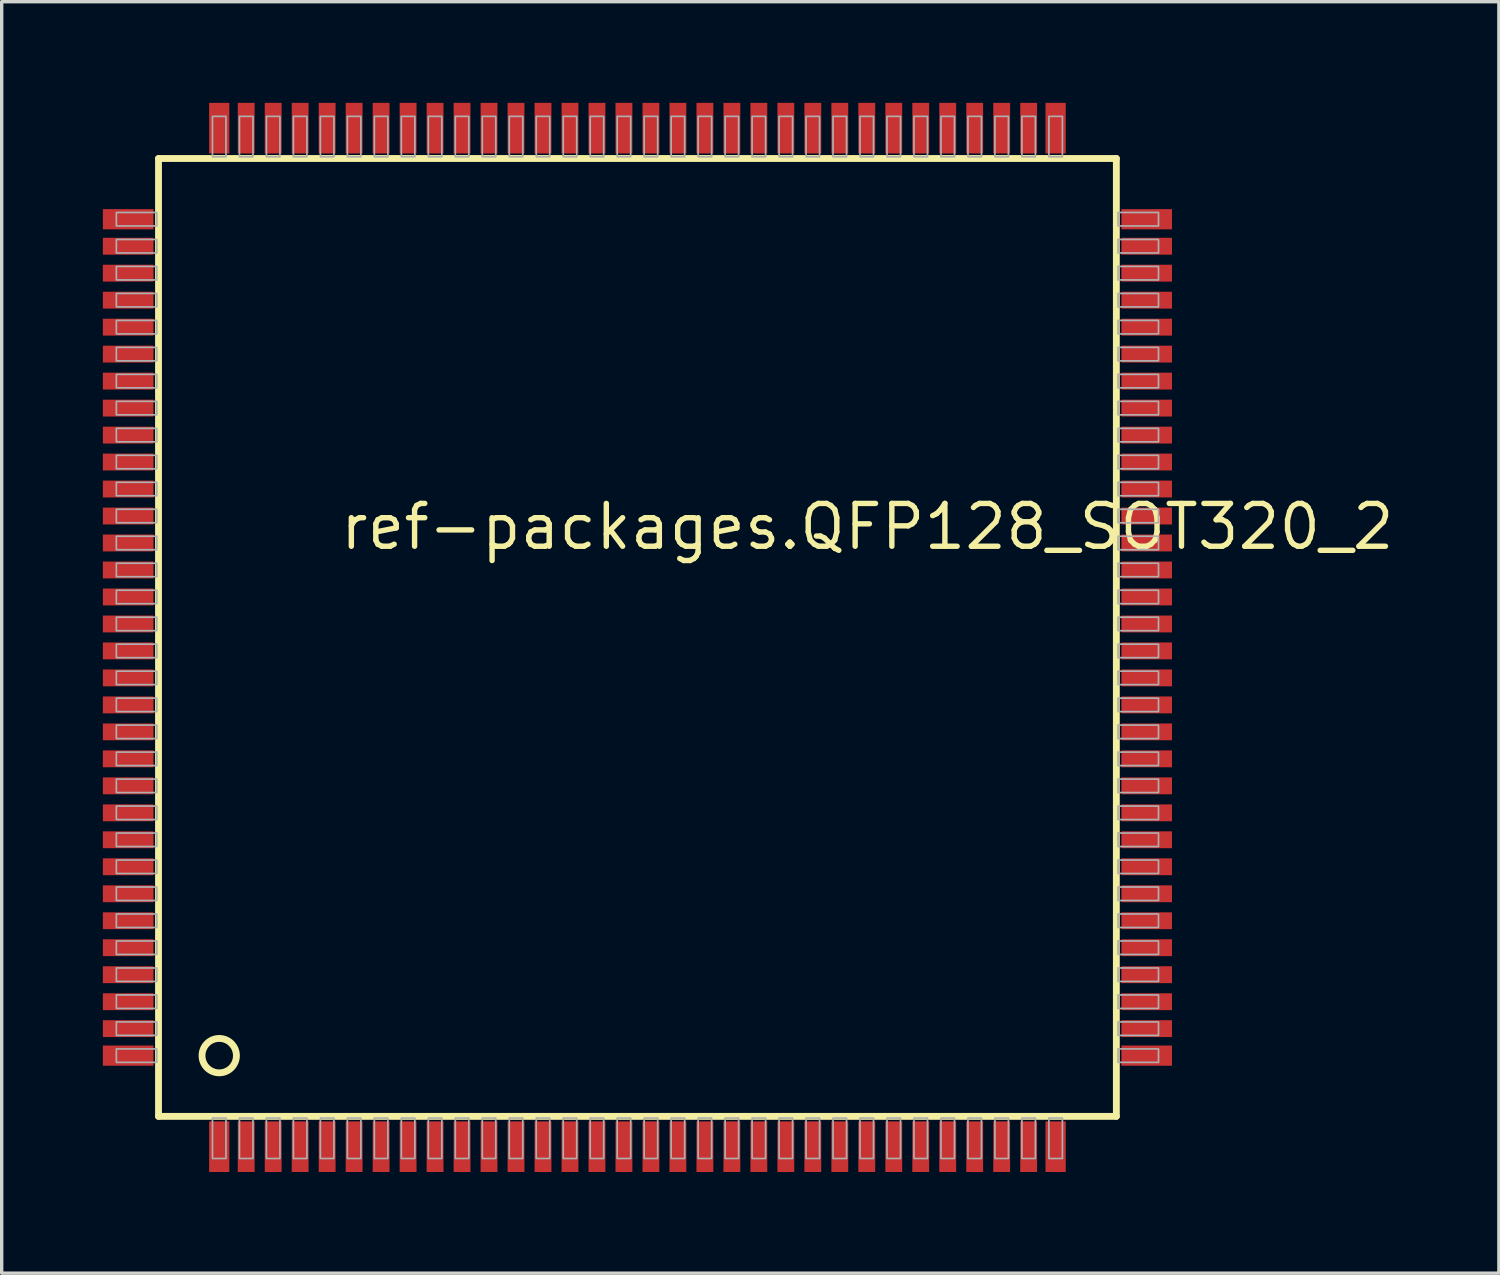
<source format=kicad_pcb>
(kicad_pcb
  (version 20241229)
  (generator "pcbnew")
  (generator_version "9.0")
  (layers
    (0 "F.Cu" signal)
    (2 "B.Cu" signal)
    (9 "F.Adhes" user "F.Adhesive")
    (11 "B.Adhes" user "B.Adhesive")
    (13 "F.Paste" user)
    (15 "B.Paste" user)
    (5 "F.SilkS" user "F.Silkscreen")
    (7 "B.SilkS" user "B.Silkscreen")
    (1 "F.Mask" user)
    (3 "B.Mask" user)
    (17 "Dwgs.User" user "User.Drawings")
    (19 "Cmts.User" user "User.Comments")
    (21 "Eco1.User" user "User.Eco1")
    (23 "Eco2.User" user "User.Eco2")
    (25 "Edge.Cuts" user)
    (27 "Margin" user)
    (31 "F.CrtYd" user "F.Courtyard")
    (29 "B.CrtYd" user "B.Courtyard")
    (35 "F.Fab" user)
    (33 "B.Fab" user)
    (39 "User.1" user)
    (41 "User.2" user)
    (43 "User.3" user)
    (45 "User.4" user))
  (footprint "ref-packages.QFP128_SOT320_2"
    (layer "F.Cu")
    (at 15.85 15.85)
    (property "Reference" "ref-packages.QFP128_SOT320_2" (at -8.89 -2.54 0) (layer "F.SilkS") (effects (font (size 1.27 1.27) (thickness 0.16)) (justify left bottom)))
    (attr smd)
    (fp_line (start -14.2 -14.2) (end 14.2 -14.2) (stroke (width 0.203) (type default)) (layer "F.SilkS"))
    (fp_line (start -14.2 14.2) (end -14.2 -14.2) (stroke (width 0.203) (type default)) (layer "F.SilkS"))
    (fp_line (start 14.2 -14.2) (end 14.2 14.2) (stroke (width 0.203) (type default)) (layer "F.SilkS"))
    (fp_line (start 14.2 14.2) (end -14.2 14.2) (stroke (width 0.203) (type default)) (layer "F.SilkS"))
    (fp_circle (center -12.4 12.4) (end -11.89 12.4) (stroke (width 0.203) (type default)) (fill no) (layer "F.SilkS"))
    (fp_rect (start -15.45 -12.2) (end -14.25 -12.6) (stroke (width 0.05) (type default)) (fill no) (layer "F.Fab"))
    (fp_rect (start -15.45 -11.4) (end -14.25 -11.8) (stroke (width 0.05) (type default)) (fill no) (layer "F.Fab"))
    (fp_rect (start -15.45 -10.6) (end -14.25 -11) (stroke (width 0.05) (type default)) (fill no) (layer "F.Fab"))
    (fp_rect (start -15.45 -9.8) (end -14.25 -10.2) (stroke (width 0.05) (type default)) (fill no) (layer "F.Fab"))
    (fp_rect (start -15.45 -9) (end -14.25 -9.4) (stroke (width 0.05) (type default)) (fill no) (layer "F.Fab"))
    (fp_rect (start -15.45 -8.2) (end -14.25 -8.6) (stroke (width 0.05) (type default)) (fill no) (layer "F.Fab"))
    (fp_rect (start -15.45 -7.4) (end -14.25 -7.8) (stroke (width 0.05) (type default)) (fill no) (layer "F.Fab"))
    (fp_rect (start -15.45 -6.6) (end -14.25 -7) (stroke (width 0.05) (type default)) (fill no) (layer "F.Fab"))
    (fp_rect (start -15.45 -5.8) (end -14.25 -6.2) (stroke (width 0.05) (type default)) (fill no) (layer "F.Fab"))
    (fp_rect (start -15.45 -5) (end -14.25 -5.4) (stroke (width 0.05) (type default)) (fill no) (layer "F.Fab"))
    (fp_rect (start -15.45 -4.2) (end -14.25 -4.6) (stroke (width 0.05) (type default)) (fill no) (layer "F.Fab"))
    (fp_rect (start -15.45 -3.4) (end -14.25 -3.8) (stroke (width 0.05) (type default)) (fill no) (layer "F.Fab"))
    (fp_rect (start -15.45 -2.6) (end -14.25 -3) (stroke (width 0.05) (type default)) (fill no) (layer "F.Fab"))
    (fp_rect (start -15.45 -1.8) (end -14.25 -2.2) (stroke (width 0.05) (type default)) (fill no) (layer "F.Fab"))
    (fp_rect (start -15.45 -1) (end -14.25 -1.4) (stroke (width 0.05) (type default)) (fill no) (layer "F.Fab"))
    (fp_rect (start -15.45 -0.2) (end -14.25 -0.6) (stroke (width 0.05) (type default)) (fill no) (layer "F.Fab"))
    (fp_rect (start -15.45 0.6) (end -14.25 0.2) (stroke (width 0.05) (type default)) (fill no) (layer "F.Fab"))
    (fp_rect (start -15.45 1.4) (end -14.25 1) (stroke (width 0.05) (type default)) (fill no) (layer "F.Fab"))
    (fp_rect (start -15.45 2.2) (end -14.25 1.8) (stroke (width 0.05) (type default)) (fill no) (layer "F.Fab"))
    (fp_rect (start -15.45 3) (end -14.25 2.6) (stroke (width 0.05) (type default)) (fill no) (layer "F.Fab"))
    (fp_rect (start -15.45 3.8) (end -14.25 3.4) (stroke (width 0.05) (type default)) (fill no) (layer "F.Fab"))
    (fp_rect (start -15.45 4.6) (end -14.25 4.2) (stroke (width 0.05) (type default)) (fill no) (layer "F.Fab"))
    (fp_rect (start -15.45 5.4) (end -14.25 5) (stroke (width 0.05) (type default)) (fill no) (layer "F.Fab"))
    (fp_rect (start -15.45 6.2) (end -14.25 5.8) (stroke (width 0.05) (type default)) (fill no) (layer "F.Fab"))
    (fp_rect (start -15.45 7) (end -14.25 6.6) (stroke (width 0.05) (type default)) (fill no) (layer "F.Fab"))
    (fp_rect (start -15.45 7.8) (end -14.25 7.4) (stroke (width 0.05) (type default)) (fill no) (layer "F.Fab"))
    (fp_rect (start -15.45 8.6) (end -14.25 8.2) (stroke (width 0.05) (type default)) (fill no) (layer "F.Fab"))
    (fp_rect (start -15.45 9.4) (end -14.25 9) (stroke (width 0.05) (type default)) (fill no) (layer "F.Fab"))
    (fp_rect (start -15.45 10.2) (end -14.25 9.8) (stroke (width 0.05) (type default)) (fill no) (layer "F.Fab"))
    (fp_rect (start -15.45 11) (end -14.25 10.6) (stroke (width 0.05) (type default)) (fill no) (layer "F.Fab"))
    (fp_rect (start -15.45 11.8) (end -14.25 11.4) (stroke (width 0.05) (type default)) (fill no) (layer "F.Fab"))
    (fp_rect (start -15.45 12.6) (end -14.25 12.2) (stroke (width 0.05) (type default)) (fill no) (layer "F.Fab"))
    (fp_rect (start -12.6 -14.25) (end -12.2 -15.45) (stroke (width 0.05) (type default)) (fill no) (layer "F.Fab"))
    (fp_rect (start -12.6 15.45) (end -12.2 14.25) (stroke (width 0.05) (type default)) (fill no) (layer "F.Fab"))
    (fp_rect (start -11.8 -14.25) (end -11.4 -15.45) (stroke (width 0.05) (type default)) (fill no) (layer "F.Fab"))
    (fp_rect (start -11.8 15.45) (end -11.4 14.25) (stroke (width 0.05) (type default)) (fill no) (layer "F.Fab"))
    (fp_rect (start -11 -14.25) (end -10.6 -15.45) (stroke (width 0.05) (type default)) (fill no) (layer "F.Fab"))
    (fp_rect (start -11 15.45) (end -10.6 14.25) (stroke (width 0.05) (type default)) (fill no) (layer "F.Fab"))
    (fp_rect (start -10.2 -14.25) (end -9.8 -15.45) (stroke (width 0.05) (type default)) (fill no) (layer "F.Fab"))
    (fp_rect (start -10.2 15.45) (end -9.8 14.25) (stroke (width 0.05) (type default)) (fill no) (layer "F.Fab"))
    (fp_rect (start -9.4 -14.25) (end -9 -15.45) (stroke (width 0.05) (type default)) (fill no) (layer "F.Fab"))
    (fp_rect (start -9.4 15.45) (end -9 14.25) (stroke (width 0.05) (type default)) (fill no) (layer "F.Fab"))
    (fp_rect (start -8.6 -14.25) (end -8.2 -15.45) (stroke (width 0.05) (type default)) (fill no) (layer "F.Fab"))
    (fp_rect (start -8.6 15.45) (end -8.2 14.25) (stroke (width 0.05) (type default)) (fill no) (layer "F.Fab"))
    (fp_rect (start -7.8 -14.25) (end -7.4 -15.45) (stroke (width 0.05) (type default)) (fill no) (layer "F.Fab"))
    (fp_rect (start -7.8 15.45) (end -7.4 14.25) (stroke (width 0.05) (type default)) (fill no) (layer "F.Fab"))
    (fp_rect (start -7 -14.25) (end -6.6 -15.45) (stroke (width 0.05) (type default)) (fill no) (layer "F.Fab"))
    (fp_rect (start -7 15.45) (end -6.6 14.25) (stroke (width 0.05) (type default)) (fill no) (layer "F.Fab"))
    (fp_rect (start -6.2 -14.25) (end -5.8 -15.45) (stroke (width 0.05) (type default)) (fill no) (layer "F.Fab"))
    (fp_rect (start -6.2 15.45) (end -5.8 14.25) (stroke (width 0.05) (type default)) (fill no) (layer "F.Fab"))
    (fp_rect (start -5.4 -14.25) (end -5 -15.45) (stroke (width 0.05) (type default)) (fill no) (layer "F.Fab"))
    (fp_rect (start -5.4 15.45) (end -5 14.25) (stroke (width 0.05) (type default)) (fill no) (layer "F.Fab"))
    (fp_rect (start -4.6 -14.25) (end -4.2 -15.45) (stroke (width 0.05) (type default)) (fill no) (layer "F.Fab"))
    (fp_rect (start -4.6 15.45) (end -4.2 14.25) (stroke (width 0.05) (type default)) (fill no) (layer "F.Fab"))
    (fp_rect (start -3.8 -14.25) (end -3.4 -15.45) (stroke (width 0.05) (type default)) (fill no) (layer "F.Fab"))
    (fp_rect (start -3.8 15.45) (end -3.4 14.25) (stroke (width 0.05) (type default)) (fill no) (layer "F.Fab"))
    (fp_rect (start -3 -14.25) (end -2.6 -15.45) (stroke (width 0.05) (type default)) (fill no) (layer "F.Fab"))
    (fp_rect (start -3 15.45) (end -2.6 14.25) (stroke (width 0.05) (type default)) (fill no) (layer "F.Fab"))
    (fp_rect (start -2.2 -14.25) (end -1.8 -15.45) (stroke (width 0.05) (type default)) (fill no) (layer "F.Fab"))
    (fp_rect (start -2.2 15.45) (end -1.8 14.25) (stroke (width 0.05) (type default)) (fill no) (layer "F.Fab"))
    (fp_rect (start -1.4 -14.25) (end -1 -15.45) (stroke (width 0.05) (type default)) (fill no) (layer "F.Fab"))
    (fp_rect (start -1.4 15.45) (end -1 14.25) (stroke (width 0.05) (type default)) (fill no) (layer "F.Fab"))
    (fp_rect (start -0.6 -14.25) (end -0.2 -15.45) (stroke (width 0.05) (type default)) (fill no) (layer "F.Fab"))
    (fp_rect (start -0.6 15.45) (end -0.2 14.25) (stroke (width 0.05) (type default)) (fill no) (layer "F.Fab"))
    (fp_rect (start 0.2 -14.25) (end 0.6 -15.45) (stroke (width 0.05) (type default)) (fill no) (layer "F.Fab"))
    (fp_rect (start 0.2 15.45) (end 0.6 14.25) (stroke (width 0.05) (type default)) (fill no) (layer "F.Fab"))
    (fp_rect (start 1 -14.25) (end 1.4 -15.45) (stroke (width 0.05) (type default)) (fill no) (layer "F.Fab"))
    (fp_rect (start 1 15.45) (end 1.4 14.25) (stroke (width 0.05) (type default)) (fill no) (layer "F.Fab"))
    (fp_rect (start 1.8 -14.25) (end 2.2 -15.45) (stroke (width 0.05) (type default)) (fill no) (layer "F.Fab"))
    (fp_rect (start 1.8 15.45) (end 2.2 14.25) (stroke (width 0.05) (type default)) (fill no) (layer "F.Fab"))
    (fp_rect (start 2.6 -14.25) (end 3 -15.45) (stroke (width 0.05) (type default)) (fill no) (layer "F.Fab"))
    (fp_rect (start 2.6 15.45) (end 3 14.25) (stroke (width 0.05) (type default)) (fill no) (layer "F.Fab"))
    (fp_rect (start 3.4 -14.25) (end 3.8 -15.45) (stroke (width 0.05) (type default)) (fill no) (layer "F.Fab"))
    (fp_rect (start 3.4 15.45) (end 3.8 14.25) (stroke (width 0.05) (type default)) (fill no) (layer "F.Fab"))
    (fp_rect (start 4.2 -14.25) (end 4.6 -15.45) (stroke (width 0.05) (type default)) (fill no) (layer "F.Fab"))
    (fp_rect (start 4.2 15.45) (end 4.6 14.25) (stroke (width 0.05) (type default)) (fill no) (layer "F.Fab"))
    (fp_rect (start 5 -14.25) (end 5.4 -15.45) (stroke (width 0.05) (type default)) (fill no) (layer "F.Fab"))
    (fp_rect (start 5 15.45) (end 5.4 14.25) (stroke (width 0.05) (type default)) (fill no) (layer "F.Fab"))
    (fp_rect (start 5.8 -14.25) (end 6.2 -15.45) (stroke (width 0.05) (type default)) (fill no) (layer "F.Fab"))
    (fp_rect (start 5.8 15.45) (end 6.2 14.25) (stroke (width 0.05) (type default)) (fill no) (layer "F.Fab"))
    (fp_rect (start 6.6 -14.25) (end 7 -15.45) (stroke (width 0.05) (type default)) (fill no) (layer "F.Fab"))
    (fp_rect (start 6.6 15.45) (end 7 14.25) (stroke (width 0.05) (type default)) (fill no) (layer "F.Fab"))
    (fp_rect (start 7.4 -14.25) (end 7.8 -15.45) (stroke (width 0.05) (type default)) (fill no) (layer "F.Fab"))
    (fp_rect (start 7.4 15.45) (end 7.8 14.25) (stroke (width 0.05) (type default)) (fill no) (layer "F.Fab"))
    (fp_rect (start 8.2 -14.25) (end 8.6 -15.45) (stroke (width 0.05) (type default)) (fill no) (layer "F.Fab"))
    (fp_rect (start 8.2 15.45) (end 8.6 14.25) (stroke (width 0.05) (type default)) (fill no) (layer "F.Fab"))
    (fp_rect (start 9 -14.25) (end 9.4 -15.45) (stroke (width 0.05) (type default)) (fill no) (layer "F.Fab"))
    (fp_rect (start 9 15.45) (end 9.4 14.25) (stroke (width 0.05) (type default)) (fill no) (layer "F.Fab"))
    (fp_rect (start 9.8 -14.25) (end 10.2 -15.45) (stroke (width 0.05) (type default)) (fill no) (layer "F.Fab"))
    (fp_rect (start 9.8 15.45) (end 10.2 14.25) (stroke (width 0.05) (type default)) (fill no) (layer "F.Fab"))
    (fp_rect (start 10.6 -14.25) (end 11 -15.45) (stroke (width 0.05) (type default)) (fill no) (layer "F.Fab"))
    (fp_rect (start 10.6 15.45) (end 11 14.25) (stroke (width 0.05) (type default)) (fill no) (layer "F.Fab"))
    (fp_rect (start 11.4 -14.25) (end 11.8 -15.45) (stroke (width 0.05) (type default)) (fill no) (layer "F.Fab"))
    (fp_rect (start 11.4 15.45) (end 11.8 14.25) (stroke (width 0.05) (type default)) (fill no) (layer "F.Fab"))
    (fp_rect (start 12.2 -14.25) (end 12.6 -15.45) (stroke (width 0.05) (type default)) (fill no) (layer "F.Fab"))
    (fp_rect (start 12.2 15.45) (end 12.6 14.25) (stroke (width 0.05) (type default)) (fill no) (layer "F.Fab"))
    (fp_rect (start 14.25 -12.2) (end 15.45 -12.6) (stroke (width 0.05) (type default)) (fill no) (layer "F.Fab"))
    (fp_rect (start 14.25 -11.4) (end 15.45 -11.8) (stroke (width 0.05) (type default)) (fill no) (layer "F.Fab"))
    (fp_rect (start 14.25 -10.6) (end 15.45 -11) (stroke (width 0.05) (type default)) (fill no) (layer "F.Fab"))
    (fp_rect (start 14.25 -9.8) (end 15.45 -10.2) (stroke (width 0.05) (type default)) (fill no) (layer "F.Fab"))
    (fp_rect (start 14.25 -9) (end 15.45 -9.4) (stroke (width 0.05) (type default)) (fill no) (layer "F.Fab"))
    (fp_rect (start 14.25 -8.2) (end 15.45 -8.6) (stroke (width 0.05) (type default)) (fill no) (layer "F.Fab"))
    (fp_rect (start 14.25 -7.4) (end 15.45 -7.8) (stroke (width 0.05) (type default)) (fill no) (layer "F.Fab"))
    (fp_rect (start 14.25 -6.6) (end 15.45 -7) (stroke (width 0.05) (type default)) (fill no) (layer "F.Fab"))
    (fp_rect (start 14.25 -5.8) (end 15.45 -6.2) (stroke (width 0.05) (type default)) (fill no) (layer "F.Fab"))
    (fp_rect (start 14.25 -5) (end 15.45 -5.4) (stroke (width 0.05) (type default)) (fill no) (layer "F.Fab"))
    (fp_rect (start 14.25 -4.2) (end 15.45 -4.6) (stroke (width 0.05) (type default)) (fill no) (layer "F.Fab"))
    (fp_rect (start 14.25 -3.4) (end 15.45 -3.8) (stroke (width 0.05) (type default)) (fill no) (layer "F.Fab"))
    (fp_rect (start 14.25 -2.6) (end 15.45 -3) (stroke (width 0.05) (type default)) (fill no) (layer "F.Fab"))
    (fp_rect (start 14.25 -1.8) (end 15.45 -2.2) (stroke (width 0.05) (type default)) (fill no) (layer "F.Fab"))
    (fp_rect (start 14.25 -1) (end 15.45 -1.4) (stroke (width 0.05) (type default)) (fill no) (layer "F.Fab"))
    (fp_rect (start 14.25 -0.2) (end 15.45 -0.6) (stroke (width 0.05) (type default)) (fill no) (layer "F.Fab"))
    (fp_rect (start 14.25 0.6) (end 15.45 0.2) (stroke (width 0.05) (type default)) (fill no) (layer "F.Fab"))
    (fp_rect (start 14.25 1.4) (end 15.45 1) (stroke (width 0.05) (type default)) (fill no) (layer "F.Fab"))
    (fp_rect (start 14.25 2.2) (end 15.45 1.8) (stroke (width 0.05) (type default)) (fill no) (layer "F.Fab"))
    (fp_rect (start 14.25 3) (end 15.45 2.6) (stroke (width 0.05) (type default)) (fill no) (layer "F.Fab"))
    (fp_rect (start 14.25 3.8) (end 15.45 3.4) (stroke (width 0.05) (type default)) (fill no) (layer "F.Fab"))
    (fp_rect (start 14.25 4.6) (end 15.45 4.2) (stroke (width 0.05) (type default)) (fill no) (layer "F.Fab"))
    (fp_rect (start 14.25 5.4) (end 15.45 5) (stroke (width 0.05) (type default)) (fill no) (layer "F.Fab"))
    (fp_rect (start 14.25 6.2) (end 15.45 5.8) (stroke (width 0.05) (type default)) (fill no) (layer "F.Fab"))
    (fp_rect (start 14.25 7) (end 15.45 6.6) (stroke (width 0.05) (type default)) (fill no) (layer "F.Fab"))
    (fp_rect (start 14.25 7.8) (end 15.45 7.4) (stroke (width 0.05) (type default)) (fill no) (layer "F.Fab"))
    (fp_rect (start 14.25 8.6) (end 15.45 8.2) (stroke (width 0.05) (type default)) (fill no) (layer "F.Fab"))
    (fp_rect (start 14.25 9.4) (end 15.45 9) (stroke (width 0.05) (type default)) (fill no) (layer "F.Fab"))
    (fp_rect (start 14.25 10.2) (end 15.45 9.8) (stroke (width 0.05) (type default)) (fill no) (layer "F.Fab"))
    (fp_rect (start 14.25 11) (end 15.45 10.6) (stroke (width 0.05) (type default)) (fill no) (layer "F.Fab"))
    (fp_rect (start 14.25 11.8) (end 15.45 11.4) (stroke (width 0.05) (type default)) (fill no) (layer "F.Fab"))
    (fp_rect (start 14.25 12.6) (end 15.45 12.2) (stroke (width 0.05) (type default)) (fill no) (layer "F.Fab"))
    (pad "1" smd roundrect (at -12.4 15.1) (size 0.6 1.5) (layers "F.Cu" "F.Mask" "F.Paste") (roundrect_rratio 0.01))
    (pad "2" smd roundrect (at -11.6 15.1) (size 0.5 1.5) (layers "F.Cu" "F.Mask" "F.Paste") (roundrect_rratio 0.01))
    (pad "3" smd roundrect (at -10.8 15.1) (size 0.5 1.5) (layers "F.Cu" "F.Mask" "F.Paste") (roundrect_rratio 0.01))
    (pad "4" smd roundrect (at -10 15.1) (size 0.5 1.5) (layers "F.Cu" "F.Mask" "F.Paste") (roundrect_rratio 0.01))
    (pad "5" smd roundrect (at -9.2 15.1) (size 0.5 1.5) (layers "F.Cu" "F.Mask" "F.Paste") (roundrect_rratio 0.01))
    (pad "6" smd roundrect (at -8.4 15.1) (size 0.5 1.5) (layers "F.Cu" "F.Mask" "F.Paste") (roundrect_rratio 0.01))
    (pad "7" smd roundrect (at -7.6 15.1) (size 0.5 1.5) (layers "F.Cu" "F.Mask" "F.Paste") (roundrect_rratio 0.01))
    (pad "8" smd roundrect (at -6.8 15.1) (size 0.5 1.5) (layers "F.Cu" "F.Mask" "F.Paste") (roundrect_rratio 0.01))
    (pad "9" smd roundrect (at -6 15.1) (size 0.5 1.5) (layers "F.Cu" "F.Mask" "F.Paste") (roundrect_rratio 0.01))
    (pad "10" smd roundrect (at -5.2 15.1) (size 0.5 1.5) (layers "F.Cu" "F.Mask" "F.Paste") (roundrect_rratio 0.01))
    (pad "11" smd roundrect (at -4.4 15.1) (size 0.5 1.5) (layers "F.Cu" "F.Mask" "F.Paste") (roundrect_rratio 0.01))
    (pad "12" smd roundrect (at -3.6 15.1) (size 0.5 1.5) (layers "F.Cu" "F.Mask" "F.Paste") (roundrect_rratio 0.01))
    (pad "13" smd roundrect (at -2.8 15.1) (size 0.5 1.5) (layers "F.Cu" "F.Mask" "F.Paste") (roundrect_rratio 0.01))
    (pad "14" smd roundrect (at -2 15.1) (size 0.5 1.5) (layers "F.Cu" "F.Mask" "F.Paste") (roundrect_rratio 0.01))
    (pad "15" smd roundrect (at -1.2 15.1) (size 0.5 1.5) (layers "F.Cu" "F.Mask" "F.Paste") (roundrect_rratio 0.01))
    (pad "16" smd roundrect (at -0.4 15.1) (size 0.5 1.5) (layers "F.Cu" "F.Mask" "F.Paste") (roundrect_rratio 0.01))
    (pad "17" smd roundrect (at 0.4 15.1) (size 0.5 1.5) (layers "F.Cu" "F.Mask" "F.Paste") (roundrect_rratio 0.01))
    (pad "18" smd roundrect (at 1.2 15.1) (size 0.5 1.5) (layers "F.Cu" "F.Mask" "F.Paste") (roundrect_rratio 0.01))
    (pad "19" smd roundrect (at 2 15.1) (size 0.5 1.5) (layers "F.Cu" "F.Mask" "F.Paste") (roundrect_rratio 0.01))
    (pad "20" smd roundrect (at 2.8 15.1) (size 0.5 1.5) (layers "F.Cu" "F.Mask" "F.Paste") (roundrect_rratio 0.01))
    (pad "21" smd roundrect (at 3.6 15.1) (size 0.5 1.5) (layers "F.Cu" "F.Mask" "F.Paste") (roundrect_rratio 0.01))
    (pad "22" smd roundrect (at 4.4 15.1) (size 0.5 1.5) (layers "F.Cu" "F.Mask" "F.Paste") (roundrect_rratio 0.01))
    (pad "23" smd roundrect (at 5.2 15.1) (size 0.5 1.5) (layers "F.Cu" "F.Mask" "F.Paste") (roundrect_rratio 0.01))
    (pad "24" smd roundrect (at 6 15.1) (size 0.5 1.5) (layers "F.Cu" "F.Mask" "F.Paste") (roundrect_rratio 0.01))
    (pad "25" smd roundrect (at 6.8 15.1) (size 0.5 1.5) (layers "F.Cu" "F.Mask" "F.Paste") (roundrect_rratio 0.01))
    (pad "26" smd roundrect (at 7.6 15.1) (size 0.5 1.5) (layers "F.Cu" "F.Mask" "F.Paste") (roundrect_rratio 0.01))
    (pad "27" smd roundrect (at 8.4 15.1) (size 0.5 1.5) (layers "F.Cu" "F.Mask" "F.Paste") (roundrect_rratio 0.01))
    (pad "28" smd roundrect (at 9.2 15.1) (size 0.5 1.5) (layers "F.Cu" "F.Mask" "F.Paste") (roundrect_rratio 0.01))
    (pad "29" smd roundrect (at 10 15.1) (size 0.5 1.5) (layers "F.Cu" "F.Mask" "F.Paste") (roundrect_rratio 0.01))
    (pad "30" smd roundrect (at 10.8 15.1) (size 0.5 1.5) (layers "F.Cu" "F.Mask" "F.Paste") (roundrect_rratio 0.01))
    (pad "31" smd roundrect (at 11.6 15.1) (size 0.5 1.5) (layers "F.Cu" "F.Mask" "F.Paste") (roundrect_rratio 0.01))
    (pad "32" smd roundrect (at 12.4 15.1) (size 0.6 1.5) (layers "F.Cu" "F.Mask" "F.Paste") (roundrect_rratio 0.01))
    (pad "33" smd roundrect (at 15.1 12.4) (size 1.5 0.6) (layers "F.Cu" "F.Mask" "F.Paste") (roundrect_rratio 0.01))
    (pad "34" smd roundrect (at 15.1 11.6) (size 1.5 0.5) (layers "F.Cu" "F.Mask" "F.Paste") (roundrect_rratio 0.01))
    (pad "35" smd roundrect (at 15.1 10.8) (size 1.5 0.5) (layers "F.Cu" "F.Mask" "F.Paste") (roundrect_rratio 0.01))
    (pad "36" smd roundrect (at 15.1 10) (size 1.5 0.5) (layers "F.Cu" "F.Mask" "F.Paste") (roundrect_rratio 0.01))
    (pad "37" smd roundrect (at 15.1 9.2) (size 1.5 0.5) (layers "F.Cu" "F.Mask" "F.Paste") (roundrect_rratio 0.01))
    (pad "38" smd roundrect (at 15.1 8.4) (size 1.5 0.5) (layers "F.Cu" "F.Mask" "F.Paste") (roundrect_rratio 0.01))
    (pad "39" smd roundrect (at 15.1 7.6) (size 1.5 0.5) (layers "F.Cu" "F.Mask" "F.Paste") (roundrect_rratio 0.01))
    (pad "40" smd roundrect (at 15.1 6.8) (size 1.5 0.5) (layers "F.Cu" "F.Mask" "F.Paste") (roundrect_rratio 0.01))
    (pad "41" smd roundrect (at 15.1 6) (size 1.5 0.5) (layers "F.Cu" "F.Mask" "F.Paste") (roundrect_rratio 0.01))
    (pad "42" smd roundrect (at 15.1 5.2) (size 1.5 0.5) (layers "F.Cu" "F.Mask" "F.Paste") (roundrect_rratio 0.01))
    (pad "43" smd roundrect (at 15.1 4.4) (size 1.5 0.5) (layers "F.Cu" "F.Mask" "F.Paste") (roundrect_rratio 0.01))
    (pad "44" smd roundrect (at 15.1 3.6) (size 1.5 0.5) (layers "F.Cu" "F.Mask" "F.Paste") (roundrect_rratio 0.01))
    (pad "45" smd roundrect (at 15.1 2.8) (size 1.5 0.5) (layers "F.Cu" "F.Mask" "F.Paste") (roundrect_rratio 0.01))
    (pad "46" smd roundrect (at 15.1 2) (size 1.5 0.5) (layers "F.Cu" "F.Mask" "F.Paste") (roundrect_rratio 0.01))
    (pad "47" smd roundrect (at 15.1 1.2) (size 1.5 0.5) (layers "F.Cu" "F.Mask" "F.Paste") (roundrect_rratio 0.01))
    (pad "48" smd roundrect (at 15.1 0.4) (size 1.5 0.5) (layers "F.Cu" "F.Mask" "F.Paste") (roundrect_rratio 0.01))
    (pad "49" smd roundrect (at 15.1 -0.4) (size 1.5 0.5) (layers "F.Cu" "F.Mask" "F.Paste") (roundrect_rratio 0.01))
    (pad "50" smd roundrect (at 15.1 -1.2) (size 1.5 0.5) (layers "F.Cu" "F.Mask" "F.Paste") (roundrect_rratio 0.01))
    (pad "51" smd roundrect (at 15.1 -2) (size 1.5 0.5) (layers "F.Cu" "F.Mask" "F.Paste") (roundrect_rratio 0.01))
    (pad "52" smd roundrect (at 15.1 -2.8) (size 1.5 0.5) (layers "F.Cu" "F.Mask" "F.Paste") (roundrect_rratio 0.01))
    (pad "53" smd roundrect (at 15.1 -3.6) (size 1.5 0.5) (layers "F.Cu" "F.Mask" "F.Paste") (roundrect_rratio 0.01))
    (pad "54" smd roundrect (at 15.1 -4.4) (size 1.5 0.5) (layers "F.Cu" "F.Mask" "F.Paste") (roundrect_rratio 0.01))
    (pad "55" smd roundrect (at 15.1 -5.2) (size 1.5 0.5) (layers "F.Cu" "F.Mask" "F.Paste") (roundrect_rratio 0.01))
    (pad "56" smd roundrect (at 15.1 -6) (size 1.5 0.5) (layers "F.Cu" "F.Mask" "F.Paste") (roundrect_rratio 0.01))
    (pad "57" smd roundrect (at 15.1 -6.8) (size 1.5 0.5) (layers "F.Cu" "F.Mask" "F.Paste") (roundrect_rratio 0.01))
    (pad "58" smd roundrect (at 15.1 -7.6) (size 1.5 0.5) (layers "F.Cu" "F.Mask" "F.Paste") (roundrect_rratio 0.01))
    (pad "59" smd roundrect (at 15.1 -8.4) (size 1.5 0.5) (layers "F.Cu" "F.Mask" "F.Paste") (roundrect_rratio 0.01))
    (pad "60" smd roundrect (at 15.1 -9.2) (size 1.5 0.5) (layers "F.Cu" "F.Mask" "F.Paste") (roundrect_rratio 0.01))
    (pad "61" smd roundrect (at 15.1 -10) (size 1.5 0.5) (layers "F.Cu" "F.Mask" "F.Paste") (roundrect_rratio 0.01))
    (pad "62" smd roundrect (at 15.1 -10.8) (size 1.5 0.5) (layers "F.Cu" "F.Mask" "F.Paste") (roundrect_rratio 0.01))
    (pad "63" smd roundrect (at 15.1 -11.6) (size 1.5 0.5) (layers "F.Cu" "F.Mask" "F.Paste") (roundrect_rratio 0.01))
    (pad "64" smd roundrect (at 15.1 -12.4) (size 1.5 0.6) (layers "F.Cu" "F.Mask" "F.Paste") (roundrect_rratio 0.01))
    (pad "65" smd roundrect (at 12.4 -15.1) (size 0.6 1.5) (layers "F.Cu" "F.Mask" "F.Paste") (roundrect_rratio 0.01))
    (pad "66" smd roundrect (at 11.6 -15.1) (size 0.5 1.5) (layers "F.Cu" "F.Mask" "F.Paste") (roundrect_rratio 0.01))
    (pad "67" smd roundrect (at 10.8 -15.1) (size 0.5 1.5) (layers "F.Cu" "F.Mask" "F.Paste") (roundrect_rratio 0.01))
    (pad "68" smd roundrect (at 10 -15.1) (size 0.5 1.5) (layers "F.Cu" "F.Mask" "F.Paste") (roundrect_rratio 0.01))
    (pad "69" smd roundrect (at 9.2 -15.1) (size 0.5 1.5) (layers "F.Cu" "F.Mask" "F.Paste") (roundrect_rratio 0.01))
    (pad "70" smd roundrect (at 8.4 -15.1) (size 0.5 1.5) (layers "F.Cu" "F.Mask" "F.Paste") (roundrect_rratio 0.01))
    (pad "71" smd roundrect (at 7.6 -15.1) (size 0.5 1.5) (layers "F.Cu" "F.Mask" "F.Paste") (roundrect_rratio 0.01))
    (pad "72" smd roundrect (at 6.8 -15.1) (size 0.5 1.5) (layers "F.Cu" "F.Mask" "F.Paste") (roundrect_rratio 0.01))
    (pad "73" smd roundrect (at 6 -15.1) (size 0.5 1.5) (layers "F.Cu" "F.Mask" "F.Paste") (roundrect_rratio 0.01))
    (pad "74" smd roundrect (at 5.2 -15.1) (size 0.5 1.5) (layers "F.Cu" "F.Mask" "F.Paste") (roundrect_rratio 0.01))
    (pad "75" smd roundrect (at 4.4 -15.1) (size 0.5 1.5) (layers "F.Cu" "F.Mask" "F.Paste") (roundrect_rratio 0.01))
    (pad "76" smd roundrect (at 3.6 -15.1) (size 0.5 1.5) (layers "F.Cu" "F.Mask" "F.Paste") (roundrect_rratio 0.01))
    (pad "77" smd roundrect (at 2.8 -15.1) (size 0.5 1.5) (layers "F.Cu" "F.Mask" "F.Paste") (roundrect_rratio 0.01))
    (pad "78" smd roundrect (at 2 -15.1) (size 0.5 1.5) (layers "F.Cu" "F.Mask" "F.Paste") (roundrect_rratio 0.01))
    (pad "79" smd roundrect (at 1.2 -15.1) (size 0.5 1.5) (layers "F.Cu" "F.Mask" "F.Paste") (roundrect_rratio 0.01))
    (pad "80" smd roundrect (at 0.4 -15.1) (size 0.5 1.5) (layers "F.Cu" "F.Mask" "F.Paste") (roundrect_rratio 0.01))
    (pad "81" smd roundrect (at -0.4 -15.1) (size 0.5 1.5) (layers "F.Cu" "F.Mask" "F.Paste") (roundrect_rratio 0.01))
    (pad "82" smd roundrect (at -1.2 -15.1) (size 0.5 1.5) (layers "F.Cu" "F.Mask" "F.Paste") (roundrect_rratio 0.01))
    (pad "83" smd roundrect (at -2 -15.1) (size 0.5 1.5) (layers "F.Cu" "F.Mask" "F.Paste") (roundrect_rratio 0.01))
    (pad "84" smd roundrect (at -2.8 -15.1) (size 0.5 1.5) (layers "F.Cu" "F.Mask" "F.Paste") (roundrect_rratio 0.01))
    (pad "85" smd roundrect (at -3.6 -15.1) (size 0.5 1.5) (layers "F.Cu" "F.Mask" "F.Paste") (roundrect_rratio 0.01))
    (pad "86" smd roundrect (at -4.4 -15.1) (size 0.5 1.5) (layers "F.Cu" "F.Mask" "F.Paste") (roundrect_rratio 0.01))
    (pad "87" smd roundrect (at -5.2 -15.1) (size 0.5 1.5) (layers "F.Cu" "F.Mask" "F.Paste") (roundrect_rratio 0.01))
    (pad "88" smd roundrect (at -6 -15.1) (size 0.5 1.5) (layers "F.Cu" "F.Mask" "F.Paste") (roundrect_rratio 0.01))
    (pad "89" smd roundrect (at -6.8 -15.1) (size 0.5 1.5) (layers "F.Cu" "F.Mask" "F.Paste") (roundrect_rratio 0.01))
    (pad "90" smd roundrect (at -7.6 -15.1) (size 0.5 1.5) (layers "F.Cu" "F.Mask" "F.Paste") (roundrect_rratio 0.01))
    (pad "91" smd roundrect (at -8.4 -15.1) (size 0.5 1.5) (layers "F.Cu" "F.Mask" "F.Paste") (roundrect_rratio 0.01))
    (pad "92" smd roundrect (at -9.2 -15.1) (size 0.5 1.5) (layers "F.Cu" "F.Mask" "F.Paste") (roundrect_rratio 0.01))
    (pad "93" smd roundrect (at -10 -15.1) (size 0.5 1.5) (layers "F.Cu" "F.Mask" "F.Paste") (roundrect_rratio 0.01))
    (pad "94" smd roundrect (at -10.8 -15.1) (size 0.5 1.5) (layers "F.Cu" "F.Mask" "F.Paste") (roundrect_rratio 0.01))
    (pad "95" smd roundrect (at -11.6 -15.1) (size 0.5 1.5) (layers "F.Cu" "F.Mask" "F.Paste") (roundrect_rratio 0.01))
    (pad "96" smd roundrect (at -12.4 -15.1) (size 0.6 1.5) (layers "F.Cu" "F.Mask" "F.Paste") (roundrect_rratio 0.01))
    (pad "97" smd roundrect (at -15.1 -12.4) (size 1.5 0.6) (layers "F.Cu" "F.Mask" "F.Paste") (roundrect_rratio 0.01))
    (pad "98" smd roundrect (at -15.1 -11.6) (size 1.5 0.5) (layers "F.Cu" "F.Mask" "F.Paste") (roundrect_rratio 0.01))
    (pad "99" smd roundrect (at -15.1 -10.8) (size 1.5 0.5) (layers "F.Cu" "F.Mask" "F.Paste") (roundrect_rratio 0.01))
    (pad "100" smd roundrect (at -15.1 -10) (size 1.5 0.5) (layers "F.Cu" "F.Mask" "F.Paste") (roundrect_rratio 0.01))
    (pad "101" smd roundrect (at -15.1 -9.2) (size 1.5 0.5) (layers "F.Cu" "F.Mask" "F.Paste") (roundrect_rratio 0.01))
    (pad "102" smd roundrect (at -15.1 -8.4) (size 1.5 0.5) (layers "F.Cu" "F.Mask" "F.Paste") (roundrect_rratio 0.01))
    (pad "103" smd roundrect (at -15.1 -7.6) (size 1.5 0.5) (layers "F.Cu" "F.Mask" "F.Paste") (roundrect_rratio 0.01))
    (pad "104" smd roundrect (at -15.1 -6.8) (size 1.5 0.5) (layers "F.Cu" "F.Mask" "F.Paste") (roundrect_rratio 0.01))
    (pad "105" smd roundrect (at -15.1 -6) (size 1.5 0.5) (layers "F.Cu" "F.Mask" "F.Paste") (roundrect_rratio 0.01))
    (pad "106" smd roundrect (at -15.1 -5.2) (size 1.5 0.5) (layers "F.Cu" "F.Mask" "F.Paste") (roundrect_rratio 0.01))
    (pad "107" smd roundrect (at -15.1 -4.4) (size 1.5 0.5) (layers "F.Cu" "F.Mask" "F.Paste") (roundrect_rratio 0.01))
    (pad "108" smd roundrect (at -15.1 -3.6) (size 1.5 0.5) (layers "F.Cu" "F.Mask" "F.Paste") (roundrect_rratio 0.01))
    (pad "109" smd roundrect (at -15.1 -2.8) (size 1.5 0.5) (layers "F.Cu" "F.Mask" "F.Paste") (roundrect_rratio 0.01))
    (pad "110" smd roundrect (at -15.1 -2) (size 1.5 0.5) (layers "F.Cu" "F.Mask" "F.Paste") (roundrect_rratio 0.01))
    (pad "111" smd roundrect (at -15.1 -1.2) (size 1.5 0.5) (layers "F.Cu" "F.Mask" "F.Paste") (roundrect_rratio 0.01))
    (pad "112" smd roundrect (at -15.1 -0.4) (size 1.5 0.5) (layers "F.Cu" "F.Mask" "F.Paste") (roundrect_rratio 0.01))
    (pad "113" smd roundrect (at -15.1 0.4) (size 1.5 0.5) (layers "F.Cu" "F.Mask" "F.Paste") (roundrect_rratio 0.01))
    (pad "114" smd roundrect (at -15.1 1.2) (size 1.5 0.5) (layers "F.Cu" "F.Mask" "F.Paste") (roundrect_rratio 0.01))
    (pad "115" smd roundrect (at -15.1 2) (size 1.5 0.5) (layers "F.Cu" "F.Mask" "F.Paste") (roundrect_rratio 0.01))
    (pad "116" smd roundrect (at -15.1 2.8) (size 1.5 0.5) (layers "F.Cu" "F.Mask" "F.Paste") (roundrect_rratio 0.01))
    (pad "117" smd roundrect (at -15.1 3.6) (size 1.5 0.5) (layers "F.Cu" "F.Mask" "F.Paste") (roundrect_rratio 0.01))
    (pad "118" smd roundrect (at -15.1 4.4) (size 1.5 0.5) (layers "F.Cu" "F.Mask" "F.Paste") (roundrect_rratio 0.01))
    (pad "119" smd roundrect (at -15.1 5.2) (size 1.5 0.5) (layers "F.Cu" "F.Mask" "F.Paste") (roundrect_rratio 0.01))
    (pad "120" smd roundrect (at -15.1 6) (size 1.5 0.5) (layers "F.Cu" "F.Mask" "F.Paste") (roundrect_rratio 0.01))
    (pad "121" smd roundrect (at -15.1 6.8) (size 1.5 0.5) (layers "F.Cu" "F.Mask" "F.Paste") (roundrect_rratio 0.01))
    (pad "122" smd roundrect (at -15.1 7.6) (size 1.5 0.5) (layers "F.Cu" "F.Mask" "F.Paste") (roundrect_rratio 0.01))
    (pad "123" smd roundrect (at -15.1 8.4) (size 1.5 0.5) (layers "F.Cu" "F.Mask" "F.Paste") (roundrect_rratio 0.01))
    (pad "124" smd roundrect (at -15.1 9.2) (size 1.5 0.5) (layers "F.Cu" "F.Mask" "F.Paste") (roundrect_rratio 0.01))
    (pad "125" smd roundrect (at -15.1 10) (size 1.5 0.5) (layers "F.Cu" "F.Mask" "F.Paste") (roundrect_rratio 0.01))
    (pad "126" smd roundrect (at -15.1 10.8) (size 1.5 0.5) (layers "F.Cu" "F.Mask" "F.Paste") (roundrect_rratio 0.01))
    (pad "127" smd roundrect (at -15.1 11.6) (size 1.5 0.5) (layers "F.Cu" "F.Mask" "F.Paste") (roundrect_rratio 0.01))
    (pad "128" smd roundrect (at -15.1 12.4) (size 1.5 0.6) (layers "F.Cu" "F.Mask" "F.Paste") (roundrect_rratio 0.01)))
  (gr_rect
    (start -3 -3)
    (end 41.392 34.7)
    (stroke (width 0.1) (type default))
    (fill no)
    (layer "Edge.Cuts")))
</source>
